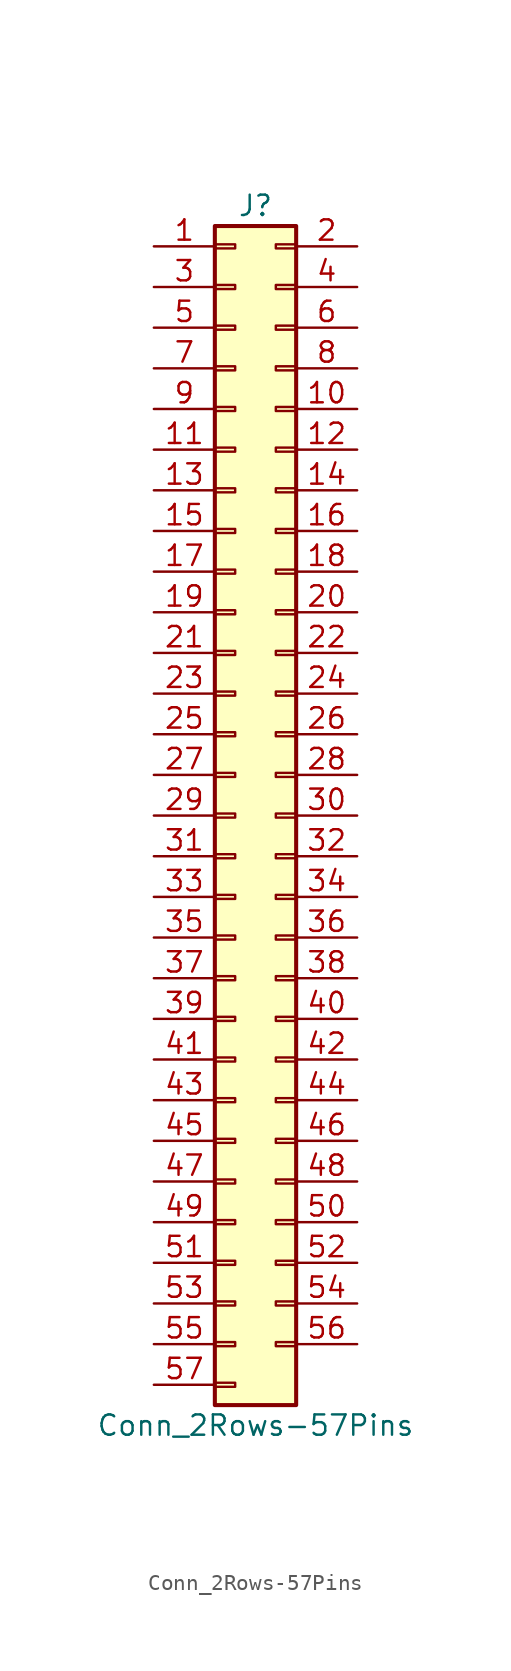
<source format=kicad_sym>
(kicad_symbol_lib
  (version 20201005)
  (generator kicad_symbol_editor)
  (symbol "Conn_2Rows-57Pins"
    (pin_names
      (offset 1.016) hide)
    (property "Reference" "J"
      (at 1.27 38.1 0)
      (effects (font (size 1.27 1.27))))
    (property "Value" "Conn_2Rows-57Pins"
      (at 1.27 -38.1 0)
      (effects (font (size 1.27 1.27))))
    (symbol "Conn_2Rows-57Pins_1_1"
      (rectangle (start -1.27 -35.433) (end 0 -35.687) (stroke (width 0.152)) (fill (type none)))
      (rectangle (start -1.27 -32.893) (end 0 -33.147) (stroke (width 0.152)) (fill (type none)))
      (rectangle (start -1.27 -30.353) (end 0 -30.607) (stroke (width 0.152)) (fill (type none)))
      (rectangle (start -1.27 -27.813) (end 0 -28.067) (stroke (width 0.152)) (fill (type none)))
      (rectangle (start -1.27 -25.273) (end 0 -25.527) (stroke (width 0.152)) (fill (type none)))
      (rectangle (start -1.27 -22.733) (end 0 -22.987) (stroke (width 0.152)) (fill (type none)))
      (rectangle (start -1.27 -20.193) (end 0 -20.447) (stroke (width 0.152)) (fill (type none)))
      (rectangle (start -1.27 -17.653) (end 0 -17.907) (stroke (width 0.152)) (fill (type none)))
      (rectangle (start -1.27 -15.113) (end 0 -15.367) (stroke (width 0.152)) (fill (type none)))
      (rectangle (start -1.27 -12.573) (end 0 -12.827) (stroke (width 0.152)) (fill (type none)))
      (rectangle (start -1.27 -10.033) (end 0 -10.287) (stroke (width 0.152)) (fill (type none)))
      (rectangle (start -1.27 -7.493) (end 0 -7.747) (stroke (width 0.152)) (fill (type none)))
      (rectangle (start -1.27 -4.953) (end 0 -5.207) (stroke (width 0.152)) (fill (type none)))
      (rectangle (start -1.27 -2.413) (end 0 -2.667) (stroke (width 0.152)) (fill (type none)))
      (rectangle (start -1.27 0.127) (end 0 -0.127) (stroke (width 0.152)) (fill (type none)))
      (rectangle (start -1.27 2.667) (end 0 2.413) (stroke (width 0.152)) (fill (type none)))
      (rectangle (start -1.27 5.207) (end 0 4.953) (stroke (width 0.152)) (fill (type none)))
      (rectangle (start -1.27 7.747) (end 0 7.493) (stroke (width 0.152)) (fill (type none)))
      (rectangle (start -1.27 10.287) (end 0 10.033) (stroke (width 0.152)) (fill (type none)))
      (rectangle (start -1.27 12.827) (end 0 12.573) (stroke (width 0.152)) (fill (type none)))
      (rectangle (start -1.27 15.367) (end 0 15.113) (stroke (width 0.152)) (fill (type none)))
      (rectangle (start -1.27 17.907) (end 0 17.653) (stroke (width 0.152)) (fill (type none)))
      (rectangle (start -1.27 20.447) (end 0 20.193) (stroke (width 0.152)) (fill (type none)))
      (rectangle (start -1.27 22.987) (end 0 22.733) (stroke (width 0.152)) (fill (type none)))
      (rectangle (start -1.27 25.527) (end 0 25.273) (stroke (width 0.152)) (fill (type none)))
      (rectangle (start -1.27 28.067) (end 0 27.813) (stroke (width 0.152)) (fill (type none)))
      (rectangle (start -1.27 30.607) (end 0 30.353) (stroke (width 0.152)) (fill (type none)))
      (rectangle (start -1.27 33.147) (end 0 32.893) (stroke (width 0.152)) (fill (type none)))
      (rectangle (start -1.27 35.687) (end 0 35.433) (stroke (width 0.152)) (fill (type none)))
      (rectangle (start -1.27 36.83) (end 3.81 -36.83) (stroke (width 0.254)) (fill (type background)))
      (rectangle (start 3.81 -32.893) (end 2.54 -33.147) (stroke (width 0.152)) (fill (type none)))
      (rectangle (start 3.81 -30.353) (end 2.54 -30.607) (stroke (width 0.152)) (fill (type none)))
      (rectangle (start 3.81 -27.813) (end 2.54 -28.067) (stroke (width 0.152)) (fill (type none)))
      (rectangle (start 3.81 -25.273) (end 2.54 -25.527) (stroke (width 0.152)) (fill (type none)))
      (rectangle (start 3.81 -22.733) (end 2.54 -22.987) (stroke (width 0.152)) (fill (type none)))
      (rectangle (start 3.81 -20.193) (end 2.54 -20.447) (stroke (width 0.152)) (fill (type none)))
      (rectangle (start 3.81 -17.653) (end 2.54 -17.907) (stroke (width 0.152)) (fill (type none)))
      (rectangle (start 3.81 -15.113) (end 2.54 -15.367) (stroke (width 0.152)) (fill (type none)))
      (rectangle (start 3.81 -12.573) (end 2.54 -12.827) (stroke (width 0.152)) (fill (type none)))
      (rectangle (start 3.81 -10.033) (end 2.54 -10.287) (stroke (width 0.152)) (fill (type none)))
      (rectangle (start 3.81 -7.493) (end 2.54 -7.747) (stroke (width 0.152)) (fill (type none)))
      (rectangle (start 3.81 -4.953) (end 2.54 -5.207) (stroke (width 0.152)) (fill (type none)))
      (rectangle (start 3.81 -2.413) (end 2.54 -2.667) (stroke (width 0.152)) (fill (type none)))
      (rectangle (start 3.81 0.127) (end 2.54 -0.127) (stroke (width 0.152)) (fill (type none)))
      (rectangle (start 3.81 2.667) (end 2.54 2.413) (stroke (width 0.152)) (fill (type none)))
      (rectangle (start 3.81 5.207) (end 2.54 4.953) (stroke (width 0.152)) (fill (type none)))
      (rectangle (start 3.81 7.747) (end 2.54 7.493) (stroke (width 0.152)) (fill (type none)))
      (rectangle (start 3.81 10.287) (end 2.54 10.033) (stroke (width 0.152)) (fill (type none)))
      (rectangle (start 3.81 12.827) (end 2.54 12.573) (stroke (width 0.152)) (fill (type none)))
      (rectangle (start 3.81 15.367) (end 2.54 15.113) (stroke (width 0.152)) (fill (type none)))
      (rectangle (start 3.81 17.907) (end 2.54 17.653) (stroke (width 0.152)) (fill (type none)))
      (rectangle (start 3.81 20.447) (end 2.54 20.193) (stroke (width 0.152)) (fill (type none)))
      (rectangle (start 3.81 22.987) (end 2.54 22.733) (stroke (width 0.152)) (fill (type none)))
      (rectangle (start 3.81 25.527) (end 2.54 25.273) (stroke (width 0.152)) (fill (type none)))
      (rectangle (start 3.81 28.067) (end 2.54 27.813) (stroke (width 0.152)) (fill (type none)))
      (rectangle (start 3.81 30.607) (end 2.54 30.353) (stroke (width 0.152)) (fill (type none)))
      (rectangle (start 3.81 33.147) (end 2.54 32.893) (stroke (width 0.152)) (fill (type none)))
      (rectangle (start 3.81 35.687) (end 2.54 35.433) (stroke (width 0.152)) (fill (type none)))
      (pin passive line (at -5.08 35.56 0) (length 3.81) (name "Pin_1" (effects (font (size 1.27 1.27)))) (number "1" (effects (font (size 1.27 1.27)))))
      (pin passive line (at 7.62 25.4 180) (length 3.81) (name "Pin_10" (effects (font (size 1.27 1.27)))) (number "10" (effects (font (size 1.27 1.27)))))
      (pin passive line (at -5.08 22.86 0) (length 3.81) (name "Pin_11" (effects (font (size 1.27 1.27)))) (number "11" (effects (font (size 1.27 1.27)))))
      (pin passive line (at 7.62 22.86 180) (length 3.81) (name "Pin_12" (effects (font (size 1.27 1.27)))) (number "12" (effects (font (size 1.27 1.27)))))
      (pin passive line (at -5.08 20.32 0) (length 3.81) (name "Pin_13" (effects (font (size 1.27 1.27)))) (number "13" (effects (font (size 1.27 1.27)))))
      (pin passive line (at 7.62 20.32 180) (length 3.81) (name "Pin_14" (effects (font (size 1.27 1.27)))) (number "14" (effects (font (size 1.27 1.27)))))
      (pin passive line (at -5.08 17.78 0) (length 3.81) (name "Pin_15" (effects (font (size 1.27 1.27)))) (number "15" (effects (font (size 1.27 1.27)))))
      (pin passive line (at 7.62 17.78 180) (length 3.81) (name "Pin_16" (effects (font (size 1.27 1.27)))) (number "16" (effects (font (size 1.27 1.27)))))
      (pin passive line (at -5.08 15.24 0) (length 3.81) (name "Pin_17" (effects (font (size 1.27 1.27)))) (number "17" (effects (font (size 1.27 1.27)))))
      (pin passive line (at 7.62 15.24 180) (length 3.81) (name "Pin_18" (effects (font (size 1.27 1.27)))) (number "18" (effects (font (size 1.27 1.27)))))
      (pin passive line (at -5.08 12.7 0) (length 3.81) (name "Pin_19" (effects (font (size 1.27 1.27)))) (number "19" (effects (font (size 1.27 1.27)))))
      (pin passive line (at 7.62 35.56 180) (length 3.81) (name "Pin_2" (effects (font (size 1.27 1.27)))) (number "2" (effects (font (size 1.27 1.27)))))
      (pin passive line (at 7.62 12.7 180) (length 3.81) (name "Pin_20" (effects (font (size 1.27 1.27)))) (number "20" (effects (font (size 1.27 1.27)))))
      (pin passive line (at -5.08 10.16 0) (length 3.81) (name "Pin_21" (effects (font (size 1.27 1.27)))) (number "21" (effects (font (size 1.27 1.27)))))
      (pin passive line (at 7.62 10.16 180) (length 3.81) (name "Pin_22" (effects (font (size 1.27 1.27)))) (number "22" (effects (font (size 1.27 1.27)))))
      (pin passive line (at -5.08 7.62 0) (length 3.81) (name "Pin_23" (effects (font (size 1.27 1.27)))) (number "23" (effects (font (size 1.27 1.27)))))
      (pin passive line (at 7.62 7.62 180) (length 3.81) (name "Pin_24" (effects (font (size 1.27 1.27)))) (number "24" (effects (font (size 1.27 1.27)))))
      (pin passive line (at -5.08 5.08 0) (length 3.81) (name "Pin_25" (effects (font (size 1.27 1.27)))) (number "25" (effects (font (size 1.27 1.27)))))
      (pin passive line (at 7.62 5.08 180) (length 3.81) (name "Pin_26" (effects (font (size 1.27 1.27)))) (number "26" (effects (font (size 1.27 1.27)))))
      (pin passive line (at -5.08 2.54 0) (length 3.81) (name "Pin_27" (effects (font (size 1.27 1.27)))) (number "27" (effects (font (size 1.27 1.27)))))
      (pin passive line (at 7.62 2.54 180) (length 3.81) (name "Pin_28" (effects (font (size 1.27 1.27)))) (number "28" (effects (font (size 1.27 1.27)))))
      (pin passive line (at -5.08 0 0) (length 3.81) (name "Pin_29" (effects (font (size 1.27 1.27)))) (number "29" (effects (font (size 1.27 1.27)))))
      (pin passive line (at -5.08 33.02 0) (length 3.81) (name "Pin_3" (effects (font (size 1.27 1.27)))) (number "3" (effects (font (size 1.27 1.27)))))
      (pin passive line (at 7.62 0 180) (length 3.81) (name "Pin_30" (effects (font (size 1.27 1.27)))) (number "30" (effects (font (size 1.27 1.27)))))
      (pin passive line (at -5.08 -2.54 0) (length 3.81) (name "Pin_31" (effects (font (size 1.27 1.27)))) (number "31" (effects (font (size 1.27 1.27)))))
      (pin passive line (at 7.62 -2.54 180) (length 3.81) (name "Pin_32" (effects (font (size 1.27 1.27)))) (number "32" (effects (font (size 1.27 1.27)))))
      (pin passive line (at -5.08 -5.08 0) (length 3.81) (name "Pin_33" (effects (font (size 1.27 1.27)))) (number "33" (effects (font (size 1.27 1.27)))))
      (pin passive line (at 7.62 -5.08 180) (length 3.81) (name "Pin_34" (effects (font (size 1.27 1.27)))) (number "34" (effects (font (size 1.27 1.27)))))
      (pin passive line (at -5.08 -7.62 0) (length 3.81) (name "Pin_35" (effects (font (size 1.27 1.27)))) (number "35" (effects (font (size 1.27 1.27)))))
      (pin passive line (at 7.62 -7.62 180) (length 3.81) (name "Pin_36" (effects (font (size 1.27 1.27)))) (number "36" (effects (font (size 1.27 1.27)))))
      (pin passive line (at -5.08 -10.16 0) (length 3.81) (name "Pin_37" (effects (font (size 1.27 1.27)))) (number "37" (effects (font (size 1.27 1.27)))))
      (pin passive line (at 7.62 -10.16 180) (length 3.81) (name "Pin_38" (effects (font (size 1.27 1.27)))) (number "38" (effects (font (size 1.27 1.27)))))
      (pin passive line (at -5.08 -12.7 0) (length 3.81) (name "Pin_39" (effects (font (size 1.27 1.27)))) (number "39" (effects (font (size 1.27 1.27)))))
      (pin passive line (at 7.62 33.02 180) (length 3.81) (name "Pin_4" (effects (font (size 1.27 1.27)))) (number "4" (effects (font (size 1.27 1.27)))))
      (pin passive line (at 7.62 -12.7 180) (length 3.81) (name "Pin_40" (effects (font (size 1.27 1.27)))) (number "40" (effects (font (size 1.27 1.27)))))
      (pin passive line (at -5.08 -15.24 0) (length 3.81) (name "Pin_41" (effects (font (size 1.27 1.27)))) (number "41" (effects (font (size 1.27 1.27)))))
      (pin passive line (at 7.62 -15.24 180) (length 3.81) (name "Pin_42" (effects (font (size 1.27 1.27)))) (number "42" (effects (font (size 1.27 1.27)))))
      (pin passive line (at -5.08 -17.78 0) (length 3.81) (name "Pin_43" (effects (font (size 1.27 1.27)))) (number "43" (effects (font (size 1.27 1.27)))))
      (pin passive line (at 7.62 -17.78 180) (length 3.81) (name "Pin_44" (effects (font (size 1.27 1.27)))) (number "44" (effects (font (size 1.27 1.27)))))
      (pin passive line (at -5.08 -20.32 0) (length 3.81) (name "Pin_45" (effects (font (size 1.27 1.27)))) (number "45" (effects (font (size 1.27 1.27)))))
      (pin passive line (at 7.62 -20.32 180) (length 3.81) (name "Pin_46" (effects (font (size 1.27 1.27)))) (number "46" (effects (font (size 1.27 1.27)))))
      (pin passive line (at -5.08 -22.86 0) (length 3.81) (name "Pin_47" (effects (font (size 1.27 1.27)))) (number "47" (effects (font (size 1.27 1.27)))))
      (pin passive line (at 7.62 -22.86 180) (length 3.81) (name "Pin_48" (effects (font (size 1.27 1.27)))) (number "48" (effects (font (size 1.27 1.27)))))
      (pin passive line (at -5.08 -25.4 0) (length 3.81) (name "Pin_49" (effects (font (size 1.27 1.27)))) (number "49" (effects (font (size 1.27 1.27)))))
      (pin passive line (at -5.08 30.48 0) (length 3.81) (name "Pin_5" (effects (font (size 1.27 1.27)))) (number "5" (effects (font (size 1.27 1.27)))))
      (pin passive line (at 7.62 -25.4 180) (length 3.81) (name "Pin_50" (effects (font (size 1.27 1.27)))) (number "50" (effects (font (size 1.27 1.27)))))
      (pin passive line (at -5.08 -27.94 0) (length 3.81) (name "Pin_51" (effects (font (size 1.27 1.27)))) (number "51" (effects (font (size 1.27 1.27)))))
      (pin passive line (at 7.62 -27.94 180) (length 3.81) (name "Pin_52" (effects (font (size 1.27 1.27)))) (number "52" (effects (font (size 1.27 1.27)))))
      (pin passive line (at -5.08 -30.48 0) (length 3.81) (name "Pin_53" (effects (font (size 1.27 1.27)))) (number "53" (effects (font (size 1.27 1.27)))))
      (pin passive line (at 7.62 -30.48 180) (length 3.81) (name "Pin_54" (effects (font (size 1.27 1.27)))) (number "54" (effects (font (size 1.27 1.27)))))
      (pin passive line (at -5.08 -33.02 0) (length 3.81) (name "Pin_55" (effects (font (size 1.27 1.27)))) (number "55" (effects (font (size 1.27 1.27)))))
      (pin passive line (at 7.62 -33.02 180) (length 3.81) (name "Pin_56" (effects (font (size 1.27 1.27)))) (number "56" (effects (font (size 1.27 1.27)))))
      (pin passive line (at -5.08 -35.56 0) (length 3.81) (name "Pin_57" (effects (font (size 1.27 1.27)))) (number "57" (effects (font (size 1.27 1.27)))))
      (pin passive line (at 7.62 30.48 180) (length 3.81) (name "Pin_6" (effects (font (size 1.27 1.27)))) (number "6" (effects (font (size 1.27 1.27)))))
      (pin passive line (at -5.08 27.94 0) (length 3.81) (name "Pin_7" (effects (font (size 1.27 1.27)))) (number "7" (effects (font (size 1.27 1.27)))))
      (pin passive line (at 7.62 27.94 180) (length 3.81) (name "Pin_8" (effects (font (size 1.27 1.27)))) (number "8" (effects (font (size 1.27 1.27)))))
      (pin passive line (at -5.08 25.4 0) (length 3.81) (name "Pin_9" (effects (font (size 1.27 1.27)))) (number "9" (effects (font (size 1.27 1.27))))))))
</source>
